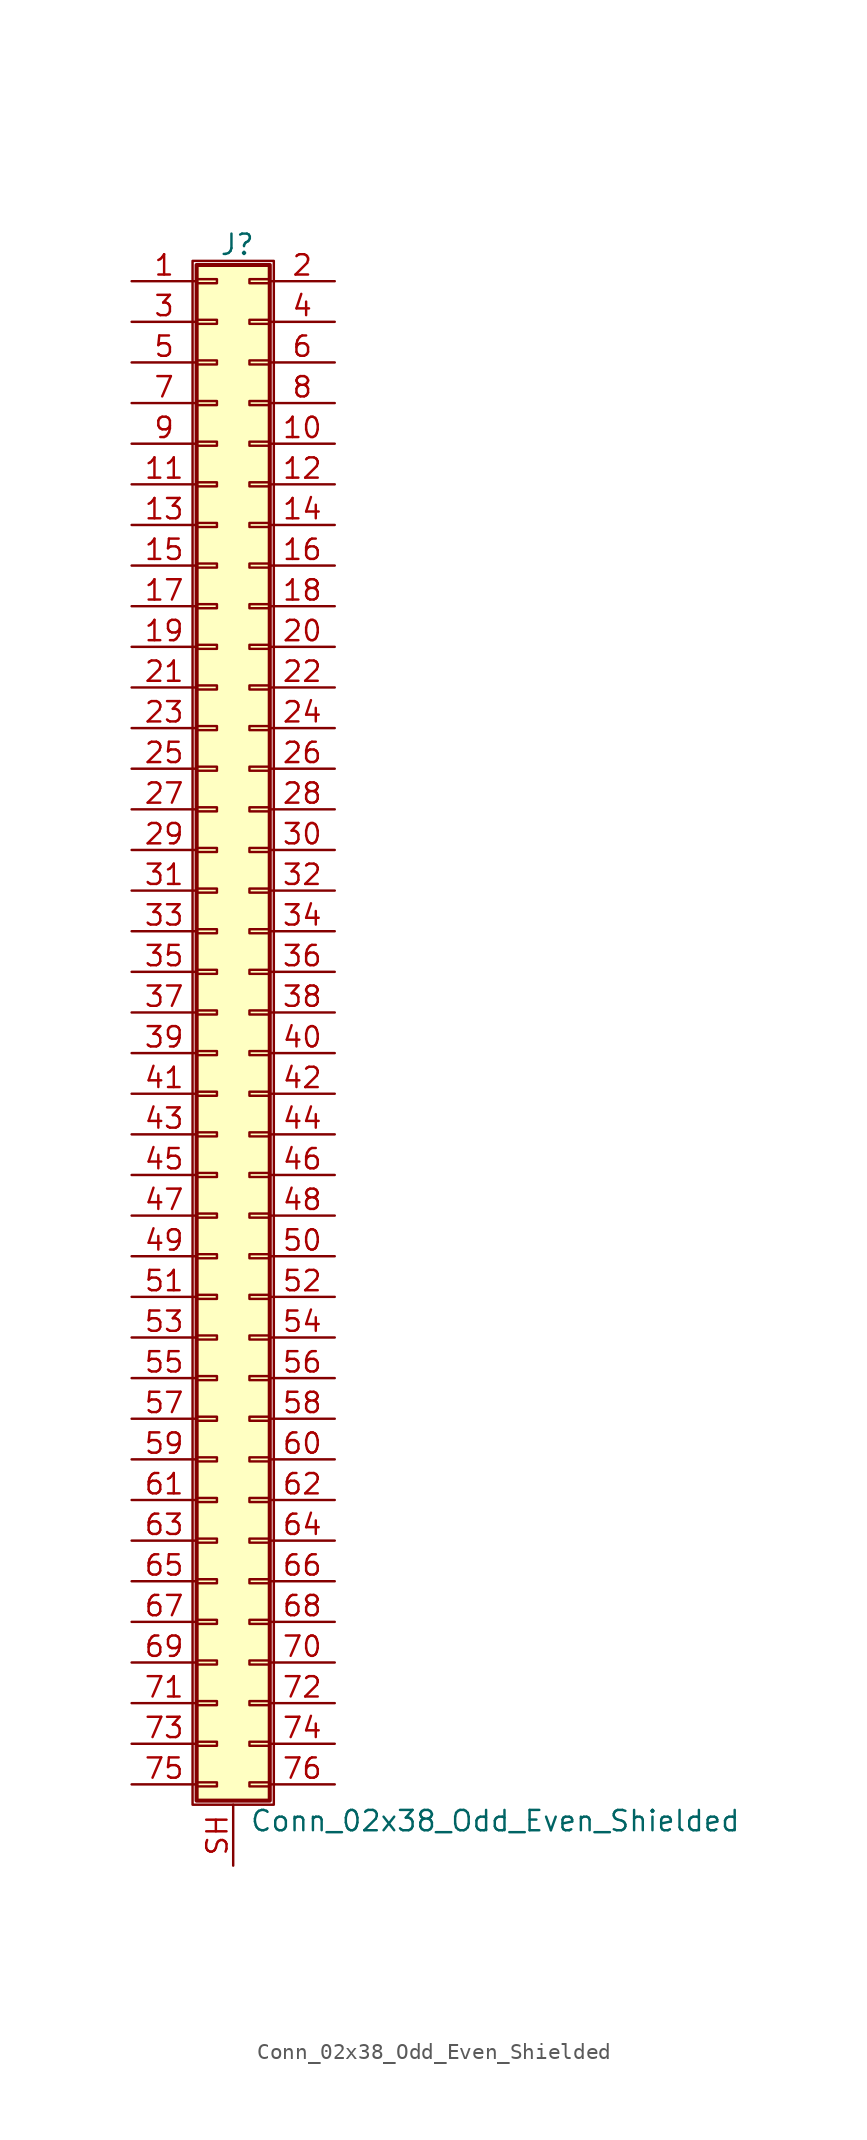
<source format=kicad_sym>
(kicad_symbol_lib
  (version 20201005)
  (generator kicad_symbol_editor)
  (symbol "Conn_02x38_Odd_Even_Shielded"
    (pin_names
      (offset 1.016) hide)
    (property "Reference" "J"
      (at 1.524 48.006 0)
      (effects (font (size 1.27 1.27))))
    (property "Value" "Conn_02x38_Odd_Even_Shielded"
      (at 2.286 -50.546 0)
      (effects (font (size 1.27 1.27)) (justify left)))
    (symbol "Conn_02x38_Odd_Even_Shielded_1_1"
      (rectangle (start -1.27 46.99) (end 3.81 -49.53) (stroke (width 0.152)) (fill (type none)))
      (rectangle (start -1.016 -48.133) (end 0.254 -48.387) (stroke (width 0.152)) (fill (type none)))
      (rectangle (start -1.016 -45.593) (end 0.254 -45.847) (stroke (width 0.152)) (fill (type none)))
      (rectangle (start -1.016 -43.053) (end 0.254 -43.307) (stroke (width 0.152)) (fill (type none)))
      (rectangle (start -1.016 -40.513) (end 0.254 -40.767) (stroke (width 0.152)) (fill (type none)))
      (rectangle (start -1.016 -37.973) (end 0.254 -38.227) (stroke (width 0.152)) (fill (type none)))
      (rectangle (start -1.016 -35.433) (end 0.254 -35.687) (stroke (width 0.152)) (fill (type none)))
      (rectangle (start -1.016 -32.893) (end 0.254 -33.147) (stroke (width 0.152)) (fill (type none)))
      (rectangle (start -1.016 -30.353) (end 0.254 -30.607) (stroke (width 0.152)) (fill (type none)))
      (rectangle (start -1.016 -27.813) (end 0.254 -28.067) (stroke (width 0.152)) (fill (type none)))
      (rectangle (start -1.016 -25.273) (end 0.254 -25.527) (stroke (width 0.152)) (fill (type none)))
      (rectangle (start -1.016 -22.733) (end 0.254 -22.987) (stroke (width 0.152)) (fill (type none)))
      (rectangle (start -1.016 -20.193) (end 0.254 -20.447) (stroke (width 0.152)) (fill (type none)))
      (rectangle (start -1.016 -17.653) (end 0.254 -17.907) (stroke (width 0.152)) (fill (type none)))
      (rectangle (start -1.016 -15.113) (end 0.254 -15.367) (stroke (width 0.152)) (fill (type none)))
      (rectangle (start -1.016 -12.573) (end 0.254 -12.827) (stroke (width 0.152)) (fill (type none)))
      (rectangle (start -1.016 -10.033) (end 0.254 -10.287) (stroke (width 0.152)) (fill (type none)))
      (rectangle (start -1.016 -7.493) (end 0.254 -7.747) (stroke (width 0.152)) (fill (type none)))
      (rectangle (start -1.016 -4.953) (end 0.254 -5.207) (stroke (width 0.152)) (fill (type none)))
      (rectangle (start -1.016 -2.413) (end 0.254 -2.667) (stroke (width 0.152)) (fill (type none)))
      (rectangle (start -1.016 0.127) (end 0.254 -0.127) (stroke (width 0.152)) (fill (type none)))
      (rectangle (start -1.016 2.667) (end 0.254 2.413) (stroke (width 0.152)) (fill (type none)))
      (rectangle (start -1.016 5.207) (end 0.254 4.953) (stroke (width 0.152)) (fill (type none)))
      (rectangle (start -1.016 7.747) (end 0.254 7.493) (stroke (width 0.152)) (fill (type none)))
      (rectangle (start -1.016 10.287) (end 0.254 10.033) (stroke (width 0.152)) (fill (type none)))
      (rectangle (start -1.016 12.827) (end 0.254 12.573) (stroke (width 0.152)) (fill (type none)))
      (rectangle (start -1.016 15.367) (end 0.254 15.113) (stroke (width 0.152)) (fill (type none)))
      (rectangle (start -1.016 17.907) (end 0.254 17.653) (stroke (width 0.152)) (fill (type none)))
      (rectangle (start -1.016 20.447) (end 0.254 20.193) (stroke (width 0.152)) (fill (type none)))
      (rectangle (start -1.016 22.987) (end 0.254 22.733) (stroke (width 0.152)) (fill (type none)))
      (rectangle (start -1.016 25.527) (end 0.254 25.273) (stroke (width 0.152)) (fill (type none)))
      (rectangle (start -1.016 28.067) (end 0.254 27.813) (stroke (width 0.152)) (fill (type none)))
      (rectangle (start -1.016 30.607) (end 0.254 30.353) (stroke (width 0.152)) (fill (type none)))
      (rectangle (start -1.016 33.147) (end 0.254 32.893) (stroke (width 0.152)) (fill (type none)))
      (rectangle (start -1.016 35.687) (end 0.254 35.433) (stroke (width 0.152)) (fill (type none)))
      (rectangle (start -1.016 38.227) (end 0.254 37.973) (stroke (width 0.152)) (fill (type none)))
      (rectangle (start -1.016 40.767) (end 0.254 40.513) (stroke (width 0.152)) (fill (type none)))
      (rectangle (start -1.016 43.307) (end 0.254 43.053) (stroke (width 0.152)) (fill (type none)))
      (rectangle (start -1.016 45.847) (end 0.254 45.593) (stroke (width 0.152)) (fill (type none)))
      (rectangle (start 3.556 -48.133) (end 2.286 -48.387) (stroke (width 0.152)) (fill (type none)))
      (rectangle (start 3.556 -45.593) (end 2.286 -45.847) (stroke (width 0.152)) (fill (type none)))
      (rectangle (start 3.556 -43.053) (end 2.286 -43.307) (stroke (width 0.152)) (fill (type none)))
      (rectangle (start 3.556 -40.513) (end 2.286 -40.767) (stroke (width 0.152)) (fill (type none)))
      (rectangle (start 3.556 -37.973) (end 2.286 -38.227) (stroke (width 0.152)) (fill (type none)))
      (rectangle (start 3.556 -35.433) (end 2.286 -35.687) (stroke (width 0.152)) (fill (type none)))
      (rectangle (start 3.556 -32.893) (end 2.286 -33.147) (stroke (width 0.152)) (fill (type none)))
      (rectangle (start 3.556 -30.353) (end 2.286 -30.607) (stroke (width 0.152)) (fill (type none)))
      (rectangle (start 3.556 -27.813) (end 2.286 -28.067) (stroke (width 0.152)) (fill (type none)))
      (rectangle (start 3.556 -25.273) (end 2.286 -25.527) (stroke (width 0.152)) (fill (type none)))
      (rectangle (start 3.556 -22.733) (end 2.286 -22.987) (stroke (width 0.152)) (fill (type none)))
      (rectangle (start 3.556 -20.193) (end 2.286 -20.447) (stroke (width 0.152)) (fill (type none)))
      (rectangle (start 3.556 -17.653) (end 2.286 -17.907) (stroke (width 0.152)) (fill (type none)))
      (rectangle (start 3.556 -15.113) (end 2.286 -15.367) (stroke (width 0.152)) (fill (type none)))
      (rectangle (start 3.556 -12.573) (end 2.286 -12.827) (stroke (width 0.152)) (fill (type none)))
      (rectangle (start 3.556 -10.033) (end 2.286 -10.287) (stroke (width 0.152)) (fill (type none)))
      (rectangle (start 3.556 -7.493) (end 2.286 -7.747) (stroke (width 0.152)) (fill (type none)))
      (rectangle (start 3.556 -4.953) (end 2.286 -5.207) (stroke (width 0.152)) (fill (type none)))
      (rectangle (start 3.556 -2.413) (end 2.286 -2.667) (stroke (width 0.152)) (fill (type none)))
      (rectangle (start 3.556 0.127) (end 2.286 -0.127) (stroke (width 0.152)) (fill (type none)))
      (rectangle (start 3.556 2.667) (end 2.286 2.413) (stroke (width 0.152)) (fill (type none)))
      (rectangle (start 3.556 5.207) (end 2.286 4.953) (stroke (width 0.152)) (fill (type none)))
      (rectangle (start 3.556 7.747) (end 2.286 7.493) (stroke (width 0.152)) (fill (type none)))
      (rectangle (start 3.556 10.287) (end 2.286 10.033) (stroke (width 0.152)) (fill (type none)))
      (rectangle (start 3.556 12.827) (end 2.286 12.573) (stroke (width 0.152)) (fill (type none)))
      (rectangle (start 3.556 15.367) (end 2.286 15.113) (stroke (width 0.152)) (fill (type none)))
      (rectangle (start 3.556 17.907) (end 2.286 17.653) (stroke (width 0.152)) (fill (type none)))
      (rectangle (start 3.556 20.447) (end 2.286 20.193) (stroke (width 0.152)) (fill (type none)))
      (rectangle (start 3.556 22.987) (end 2.286 22.733) (stroke (width 0.152)) (fill (type none)))
      (rectangle (start 3.556 25.527) (end 2.286 25.273) (stroke (width 0.152)) (fill (type none)))
      (rectangle (start 3.556 28.067) (end 2.286 27.813) (stroke (width 0.152)) (fill (type none)))
      (rectangle (start 3.556 30.607) (end 2.286 30.353) (stroke (width 0.152)) (fill (type none)))
      (rectangle (start 3.556 33.147) (end 2.286 32.893) (stroke (width 0.152)) (fill (type none)))
      (rectangle (start 3.556 35.687) (end 2.286 35.433) (stroke (width 0.152)) (fill (type none)))
      (rectangle (start 3.556 38.227) (end 2.286 37.973) (stroke (width 0.152)) (fill (type none)))
      (rectangle (start 3.556 40.767) (end 2.286 40.513) (stroke (width 0.152)) (fill (type none)))
      (rectangle (start 3.556 43.307) (end 2.286 43.053) (stroke (width 0.152)) (fill (type none)))
      (rectangle (start 3.556 45.847) (end 2.286 45.593) (stroke (width 0.152)) (fill (type none)))
      (rectangle (start -1.016 46.736) (end 3.556 -49.276) (stroke (width 0.254)) (fill (type background)))
      (pin passive line (at -5.08 45.72 0) (length 4.064) (name "Pin_1" (effects (font (size 1.27 1.27)))) (number "1" (effects (font (size 1.27 1.27)))))
      (pin passive line (at 7.62 35.56 180) (length 4.064) (name "Pin_10" (effects (font (size 1.27 1.27)))) (number "10" (effects (font (size 1.27 1.27)))))
      (pin passive line (at -5.08 33.02 0) (length 4.064) (name "Pin_11" (effects (font (size 1.27 1.27)))) (number "11" (effects (font (size 1.27 1.27)))))
      (pin passive line (at 7.62 33.02 180) (length 4.064) (name "Pin_12" (effects (font (size 1.27 1.27)))) (number "12" (effects (font (size 1.27 1.27)))))
      (pin passive line (at -5.08 30.48 0) (length 4.064) (name "Pin_13" (effects (font (size 1.27 1.27)))) (number "13" (effects (font (size 1.27 1.27)))))
      (pin passive line (at 7.62 30.48 180) (length 4.064) (name "Pin_14" (effects (font (size 1.27 1.27)))) (number "14" (effects (font (size 1.27 1.27)))))
      (pin passive line (at -5.08 27.94 0) (length 4.064) (name "Pin_15" (effects (font (size 1.27 1.27)))) (number "15" (effects (font (size 1.27 1.27)))))
      (pin passive line (at 7.62 27.94 180) (length 4.064) (name "Pin_16" (effects (font (size 1.27 1.27)))) (number "16" (effects (font (size 1.27 1.27)))))
      (pin passive line (at -5.08 25.4 0) (length 4.064) (name "Pin_17" (effects (font (size 1.27 1.27)))) (number "17" (effects (font (size 1.27 1.27)))))
      (pin passive line (at 7.62 25.4 180) (length 4.064) (name "Pin_18" (effects (font (size 1.27 1.27)))) (number "18" (effects (font (size 1.27 1.27)))))
      (pin passive line (at -5.08 22.86 0) (length 4.064) (name "Pin_19" (effects (font (size 1.27 1.27)))) (number "19" (effects (font (size 1.27 1.27)))))
      (pin passive line (at 7.62 45.72 180) (length 4.064) (name "Pin_2" (effects (font (size 1.27 1.27)))) (number "2" (effects (font (size 1.27 1.27)))))
      (pin passive line (at 7.62 22.86 180) (length 4.064) (name "Pin_20" (effects (font (size 1.27 1.27)))) (number "20" (effects (font (size 1.27 1.27)))))
      (pin passive line (at -5.08 20.32 0) (length 4.064) (name "Pin_21" (effects (font (size 1.27 1.27)))) (number "21" (effects (font (size 1.27 1.27)))))
      (pin passive line (at 7.62 20.32 180) (length 4.064) (name "Pin_22" (effects (font (size 1.27 1.27)))) (number "22" (effects (font (size 1.27 1.27)))))
      (pin passive line (at -5.08 17.78 0) (length 4.064) (name "Pin_23" (effects (font (size 1.27 1.27)))) (number "23" (effects (font (size 1.27 1.27)))))
      (pin passive line (at 7.62 17.78 180) (length 4.064) (name "Pin_24" (effects (font (size 1.27 1.27)))) (number "24" (effects (font (size 1.27 1.27)))))
      (pin passive line (at -5.08 15.24 0) (length 4.064) (name "Pin_25" (effects (font (size 1.27 1.27)))) (number "25" (effects (font (size 1.27 1.27)))))
      (pin passive line (at 7.62 15.24 180) (length 4.064) (name "Pin_26" (effects (font (size 1.27 1.27)))) (number "26" (effects (font (size 1.27 1.27)))))
      (pin passive line (at -5.08 12.7 0) (length 4.064) (name "Pin_27" (effects (font (size 1.27 1.27)))) (number "27" (effects (font (size 1.27 1.27)))))
      (pin passive line (at 7.62 12.7 180) (length 4.064) (name "Pin_28" (effects (font (size 1.27 1.27)))) (number "28" (effects (font (size 1.27 1.27)))))
      (pin passive line (at -5.08 10.16 0) (length 4.064) (name "Pin_29" (effects (font (size 1.27 1.27)))) (number "29" (effects (font (size 1.27 1.27)))))
      (pin passive line (at -5.08 43.18 0) (length 4.064) (name "Pin_3" (effects (font (size 1.27 1.27)))) (number "3" (effects (font (size 1.27 1.27)))))
      (pin passive line (at 7.62 10.16 180) (length 4.064) (name "Pin_30" (effects (font (size 1.27 1.27)))) (number "30" (effects (font (size 1.27 1.27)))))
      (pin passive line (at -5.08 7.62 0) (length 4.064) (name "Pin_31" (effects (font (size 1.27 1.27)))) (number "31" (effects (font (size 1.27 1.27)))))
      (pin passive line (at 7.62 7.62 180) (length 4.064) (name "Pin_32" (effects (font (size 1.27 1.27)))) (number "32" (effects (font (size 1.27 1.27)))))
      (pin passive line (at -5.08 5.08 0) (length 4.064) (name "Pin_33" (effects (font (size 1.27 1.27)))) (number "33" (effects (font (size 1.27 1.27)))))
      (pin passive line (at 7.62 5.08 180) (length 4.064) (name "Pin_34" (effects (font (size 1.27 1.27)))) (number "34" (effects (font (size 1.27 1.27)))))
      (pin passive line (at -5.08 2.54 0) (length 4.064) (name "Pin_35" (effects (font (size 1.27 1.27)))) (number "35" (effects (font (size 1.27 1.27)))))
      (pin passive line (at 7.62 2.54 180) (length 4.064) (name "Pin_36" (effects (font (size 1.27 1.27)))) (number "36" (effects (font (size 1.27 1.27)))))
      (pin passive line (at -5.08 0 0) (length 4.064) (name "Pin_37" (effects (font (size 1.27 1.27)))) (number "37" (effects (font (size 1.27 1.27)))))
      (pin passive line (at 7.62 0 180) (length 4.064) (name "Pin_38" (effects (font (size 1.27 1.27)))) (number "38" (effects (font (size 1.27 1.27)))))
      (pin passive line (at -5.08 -2.54 0) (length 4.064) (name "Pin_39" (effects (font (size 1.27 1.27)))) (number "39" (effects (font (size 1.27 1.27)))))
      (pin passive line (at 7.62 43.18 180) (length 4.064) (name "Pin_4" (effects (font (size 1.27 1.27)))) (number "4" (effects (font (size 1.27 1.27)))))
      (pin passive line (at 7.62 -2.54 180) (length 4.064) (name "Pin_40" (effects (font (size 1.27 1.27)))) (number "40" (effects (font (size 1.27 1.27)))))
      (pin passive line (at -5.08 -5.08 0) (length 4.064) (name "Pin_41" (effects (font (size 1.27 1.27)))) (number "41" (effects (font (size 1.27 1.27)))))
      (pin passive line (at 7.62 -5.08 180) (length 4.064) (name "Pin_42" (effects (font (size 1.27 1.27)))) (number "42" (effects (font (size 1.27 1.27)))))
      (pin passive line (at -5.08 -7.62 0) (length 4.064) (name "Pin_43" (effects (font (size 1.27 1.27)))) (number "43" (effects (font (size 1.27 1.27)))))
      (pin passive line (at 7.62 -7.62 180) (length 4.064) (name "Pin_44" (effects (font (size 1.27 1.27)))) (number "44" (effects (font (size 1.27 1.27)))))
      (pin passive line (at -5.08 -10.16 0) (length 4.064) (name "Pin_45" (effects (font (size 1.27 1.27)))) (number "45" (effects (font (size 1.27 1.27)))))
      (pin passive line (at 7.62 -10.16 180) (length 4.064) (name "Pin_46" (effects (font (size 1.27 1.27)))) (number "46" (effects (font (size 1.27 1.27)))))
      (pin passive line (at -5.08 -12.7 0) (length 4.064) (name "Pin_47" (effects (font (size 1.27 1.27)))) (number "47" (effects (font (size 1.27 1.27)))))
      (pin passive line (at 7.62 -12.7 180) (length 4.064) (name "Pin_48" (effects (font (size 1.27 1.27)))) (number "48" (effects (font (size 1.27 1.27)))))
      (pin passive line (at -5.08 -15.24 0) (length 4.064) (name "Pin_49" (effects (font (size 1.27 1.27)))) (number "49" (effects (font (size 1.27 1.27)))))
      (pin passive line (at -5.08 40.64 0) (length 4.064) (name "Pin_5" (effects (font (size 1.27 1.27)))) (number "5" (effects (font (size 1.27 1.27)))))
      (pin passive line (at 7.62 -15.24 180) (length 4.064) (name "Pin_50" (effects (font (size 1.27 1.27)))) (number "50" (effects (font (size 1.27 1.27)))))
      (pin passive line (at -5.08 -17.78 0) (length 4.064) (name "Pin_51" (effects (font (size 1.27 1.27)))) (number "51" (effects (font (size 1.27 1.27)))))
      (pin passive line (at 7.62 -17.78 180) (length 4.064) (name "Pin_52" (effects (font (size 1.27 1.27)))) (number "52" (effects (font (size 1.27 1.27)))))
      (pin passive line (at -5.08 -20.32 0) (length 4.064) (name "Pin_53" (effects (font (size 1.27 1.27)))) (number "53" (effects (font (size 1.27 1.27)))))
      (pin passive line (at 7.62 -20.32 180) (length 4.064) (name "Pin_54" (effects (font (size 1.27 1.27)))) (number "54" (effects (font (size 1.27 1.27)))))
      (pin passive line (at -5.08 -22.86 0) (length 4.064) (name "Pin_55" (effects (font (size 1.27 1.27)))) (number "55" (effects (font (size 1.27 1.27)))))
      (pin passive line (at 7.62 -22.86 180) (length 4.064) (name "Pin_56" (effects (font (size 1.27 1.27)))) (number "56" (effects (font (size 1.27 1.27)))))
      (pin passive line (at -5.08 -25.4 0) (length 4.064) (name "Pin_57" (effects (font (size 1.27 1.27)))) (number "57" (effects (font (size 1.27 1.27)))))
      (pin passive line (at 7.62 -25.4 180) (length 4.064) (name "Pin_58" (effects (font (size 1.27 1.27)))) (number "58" (effects (font (size 1.27 1.27)))))
      (pin passive line (at -5.08 -27.94 0) (length 4.064) (name "Pin_59" (effects (font (size 1.27 1.27)))) (number "59" (effects (font (size 1.27 1.27)))))
      (pin passive line (at 7.62 40.64 180) (length 4.064) (name "Pin_6" (effects (font (size 1.27 1.27)))) (number "6" (effects (font (size 1.27 1.27)))))
      (pin passive line (at 7.62 -27.94 180) (length 4.064) (name "Pin_60" (effects (font (size 1.27 1.27)))) (number "60" (effects (font (size 1.27 1.27)))))
      (pin passive line (at -5.08 -30.48 0) (length 4.064) (name "Pin_61" (effects (font (size 1.27 1.27)))) (number "61" (effects (font (size 1.27 1.27)))))
      (pin passive line (at 7.62 -30.48 180) (length 4.064) (name "Pin_62" (effects (font (size 1.27 1.27)))) (number "62" (effects (font (size 1.27 1.27)))))
      (pin passive line (at -5.08 -33.02 0) (length 4.064) (name "Pin_63" (effects (font (size 1.27 1.27)))) (number "63" (effects (font (size 1.27 1.27)))))
      (pin passive line (at 7.62 -33.02 180) (length 4.064) (name "Pin_64" (effects (font (size 1.27 1.27)))) (number "64" (effects (font (size 1.27 1.27)))))
      (pin passive line (at -5.08 -35.56 0) (length 4.064) (name "Pin_65" (effects (font (size 1.27 1.27)))) (number "65" (effects (font (size 1.27 1.27)))))
      (pin passive line (at 7.62 -35.56 180) (length 4.064) (name "Pin_66" (effects (font (size 1.27 1.27)))) (number "66" (effects (font (size 1.27 1.27)))))
      (pin passive line (at -5.08 -38.1 0) (length 4.064) (name "Pin_67" (effects (font (size 1.27 1.27)))) (number "67" (effects (font (size 1.27 1.27)))))
      (pin passive line (at 7.62 -38.1 180) (length 4.064) (name "Pin_68" (effects (font (size 1.27 1.27)))) (number "68" (effects (font (size 1.27 1.27)))))
      (pin passive line (at -5.08 -40.64 0) (length 4.064) (name "Pin_69" (effects (font (size 1.27 1.27)))) (number "69" (effects (font (size 1.27 1.27)))))
      (pin passive line (at -5.08 38.1 0) (length 4.064) (name "Pin_7" (effects (font (size 1.27 1.27)))) (number "7" (effects (font (size 1.27 1.27)))))
      (pin passive line (at 7.62 -40.64 180) (length 4.064) (name "Pin_70" (effects (font (size 1.27 1.27)))) (number "70" (effects (font (size 1.27 1.27)))))
      (pin passive line (at -5.08 -43.18 0) (length 4.064) (name "Pin_71" (effects (font (size 1.27 1.27)))) (number "71" (effects (font (size 1.27 1.27)))))
      (pin passive line (at 7.62 -43.18 180) (length 4.064) (name "Pin_72" (effects (font (size 1.27 1.27)))) (number "72" (effects (font (size 1.27 1.27)))))
      (pin passive line (at -5.08 -45.72 0) (length 4.064) (name "Pin_73" (effects (font (size 1.27 1.27)))) (number "73" (effects (font (size 1.27 1.27)))))
      (pin passive line (at 7.62 -45.72 180) (length 4.064) (name "Pin_74" (effects (font (size 1.27 1.27)))) (number "74" (effects (font (size 1.27 1.27)))))
      (pin passive line (at -5.08 -48.26 0) (length 4.064) (name "Pin_75" (effects (font (size 1.27 1.27)))) (number "75" (effects (font (size 1.27 1.27)))))
      (pin passive line (at 7.62 -48.26 180) (length 4.064) (name "Pin_76" (effects (font (size 1.27 1.27)))) (number "76" (effects (font (size 1.27 1.27)))))
      (pin passive line (at 7.62 38.1 180) (length 4.064) (name "Pin_8" (effects (font (size 1.27 1.27)))) (number "8" (effects (font (size 1.27 1.27)))))
      (pin passive line (at -5.08 35.56 0) (length 4.064) (name "Pin_9" (effects (font (size 1.27 1.27)))) (number "9" (effects (font (size 1.27 1.27)))))
      (pin passive line (at 1.27 -53.34 90) (length 3.81) (name "Shield" (effects (font (size 1.27 1.27)))) (number "SH" (effects (font (size 1.27 1.27))))))))
</source>
